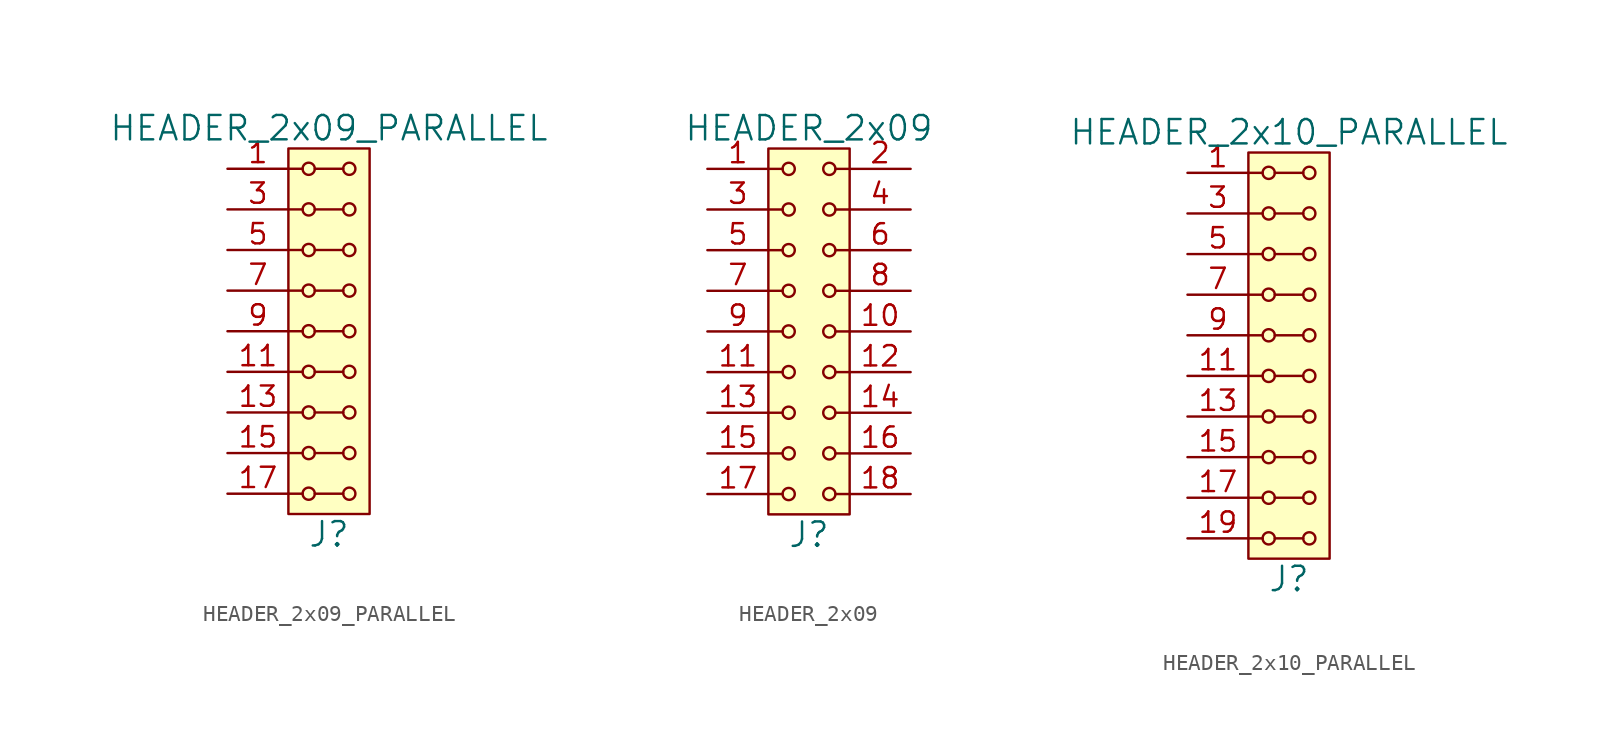
<source format=kicad_sym>
(kicad_symbol_lib
  (version 20211014)
  (generator kicad_symbol_editor)
  (symbol "HEADER_2x09_PARALLEL"
    (pin_names
      (offset 1.016))
    (property "Reference" "J"
      (at 0 -12.7 0)
      (effects (font (size 1.524 1.524))))
    (property "Value" "HEADER_2x09_PARALLEL"
      (at 0 12.7 0)
      (effects (font (size 1.524 1.524))))
    (property "Footprint" ""
      (at 0 10.16 0)
      (effects (font (size 1.524 1.524))))
    (property "Datasheet" ""
      (at 0 10.16 0)
      (effects (font (size 1.524 1.524))))
    (symbol "HEADER_2x09_PARALLEL_0_1"
      (rectangle (start -2.54 11.43) (end 2.54 -11.43) (stroke (width 0) (type default) (color 0 0 0 0)) (fill (type background)))
      (circle (center -1.27 -10.16) (radius 0.381) (stroke (width 0) (type default) (color 0 0 0 0)) (fill (type none)))
      (circle (center -1.27 -7.62) (radius 0.381) (stroke (width 0) (type default) (color 0 0 0 0)) (fill (type none)))
      (circle (center -1.27 -5.08) (radius 0.381) (stroke (width 0) (type default) (color 0 0 0 0)) (fill (type none)))
      (circle (center -1.27 -2.54) (radius 0.381) (stroke (width 0) (type default) (color 0 0 0 0)) (fill (type none)))
      (circle (center -1.27 0) (radius 0.381) (stroke (width 0) (type default) (color 0 0 0 0)) (fill (type none)))
      (circle (center -1.27 2.54) (radius 0.381) (stroke (width 0) (type default) (color 0 0 0 0)) (fill (type none)))
      (circle (center -1.27 5.08) (radius 0.381) (stroke (width 0) (type default) (color 0 0 0 0)) (fill (type none)))
      (circle (center -1.27 7.62) (radius 0.381) (stroke (width 0) (type default) (color 0 0 0 0)) (fill (type none)))
      (circle (center -1.27 10.16) (radius 0.381) (stroke (width 0) (type default) (color 0 0 0 0)) (fill (type none)))
      (polyline (pts (xy -1.651 -10.16) (xy -2.54 -10.16)) (stroke (width 0) (type default) (color 0 0 0 0)) (fill (type none)))
      (polyline (pts (xy -1.651 -7.62) (xy -2.54 -7.62)) (stroke (width 0) (type default) (color 0 0 0 0)) (fill (type none)))
      (polyline (pts (xy -1.651 -5.08) (xy -2.54 -5.08)) (stroke (width 0) (type default) (color 0 0 0 0)) (fill (type none)))
      (polyline (pts (xy -1.651 -2.54) (xy -2.54 -2.54)) (stroke (width 0) (type default) (color 0 0 0 0)) (fill (type none)))
      (polyline (pts (xy -1.651 0) (xy -2.54 0)) (stroke (width 0) (type default) (color 0 0 0 0)) (fill (type none)))
      (polyline (pts (xy -1.651 2.54) (xy -2.54 2.54)) (stroke (width 0) (type default) (color 0 0 0 0)) (fill (type none)))
      (polyline (pts (xy -1.651 5.08) (xy -2.54 5.08)) (stroke (width 0) (type default) (color 0 0 0 0)) (fill (type none)))
      (polyline (pts (xy -1.651 7.62) (xy -2.54 7.62)) (stroke (width 0) (type default) (color 0 0 0 0)) (fill (type none)))
      (polyline (pts (xy -1.651 10.16) (xy -2.54 10.16)) (stroke (width 0) (type default) (color 0 0 0 0)) (fill (type none)))
      (polyline (pts (xy -0.889 -10.16) (xy 0.889 -10.16)) (stroke (width 0) (type default) (color 0 0 0 0)) (fill (type none)))
      (polyline (pts (xy -0.889 -7.62) (xy 0.889 -7.62)) (stroke (width 0) (type default) (color 0 0 0 0)) (fill (type none)))
      (polyline (pts (xy -0.889 -5.08) (xy 0.889 -5.08)) (stroke (width 0) (type default) (color 0 0 0 0)) (fill (type none)))
      (polyline (pts (xy -0.889 -2.54) (xy 0.889 -2.54)) (stroke (width 0) (type default) (color 0 0 0 0)) (fill (type none)))
      (polyline (pts (xy -0.889 0) (xy 0.889 0)) (stroke (width 0) (type default) (color 0 0 0 0)) (fill (type none)))
      (polyline (pts (xy -0.889 2.54) (xy 0.889 2.54)) (stroke (width 0) (type default) (color 0 0 0 0)) (fill (type none)))
      (polyline (pts (xy -0.889 5.08) (xy 0.889 5.08)) (stroke (width 0) (type default) (color 0 0 0 0)) (fill (type none)))
      (polyline (pts (xy -0.889 7.62) (xy 0.889 7.62)) (stroke (width 0) (type default) (color 0 0 0 0)) (fill (type none)))
      (polyline (pts (xy -0.889 10.16) (xy 0.889 10.16)) (stroke (width 0) (type default) (color 0 0 0 0)) (fill (type none)))
      (circle (center 1.27 -10.16) (radius 0.381) (stroke (width 0) (type default) (color 0 0 0 0)) (fill (type none)))
      (circle (center 1.27 -7.62) (radius 0.381) (stroke (width 0) (type default) (color 0 0 0 0)) (fill (type none)))
      (circle (center 1.27 -5.08) (radius 0.381) (stroke (width 0) (type default) (color 0 0 0 0)) (fill (type none)))
      (circle (center 1.27 -2.54) (radius 0.381) (stroke (width 0) (type default) (color 0 0 0 0)) (fill (type none)))
      (circle (center 1.27 0) (radius 0.381) (stroke (width 0) (type default) (color 0 0 0 0)) (fill (type none)))
      (circle (center 1.27 2.54) (radius 0.381) (stroke (width 0) (type default) (color 0 0 0 0)) (fill (type none)))
      (circle (center 1.27 5.08) (radius 0.381) (stroke (width 0) (type default) (color 0 0 0 0)) (fill (type none)))
      (circle (center 1.27 7.62) (radius 0.381) (stroke (width 0) (type default) (color 0 0 0 0)) (fill (type none)))
      (circle (center 1.27 10.16) (radius 0.381) (stroke (width 0) (type default) (color 0 0 0 0)) (fill (type none))))
    (symbol "HEADER_2x09_PARALLEL_1_1"
      (pin input line (at -6.35 10.16 0) (length 3.81) (name "~" (effects (font (size 1.27 1.27)))) (number "1" (effects (font (size 1.27 1.27)))))
      (pin input line (at -6.35 0 0) (length 3.81) hide (name "~" (effects (font (size 1.27 1.27)))) (number "10" (effects (font (size 1.27 1.27)))))
      (pin input line (at -6.35 -2.54 0) (length 3.81) (name "~" (effects (font (size 1.27 1.27)))) (number "11" (effects (font (size 1.27 1.27)))))
      (pin input line (at -6.35 -2.54 0) (length 3.81) hide (name "~" (effects (font (size 1.27 1.27)))) (number "12" (effects (font (size 1.27 1.27)))))
      (pin input line (at -6.35 -5.08 0) (length 3.81) (name "~" (effects (font (size 1.27 1.27)))) (number "13" (effects (font (size 1.27 1.27)))))
      (pin input line (at -6.35 -5.08 0) (length 3.81) hide (name "~" (effects (font (size 1.27 1.27)))) (number "14" (effects (font (size 1.27 1.27)))))
      (pin input line (at -6.35 -7.62 0) (length 3.81) (name "~" (effects (font (size 1.27 1.27)))) (number "15" (effects (font (size 1.27 1.27)))))
      (pin input line (at -6.35 -7.62 0) (length 3.81) hide (name "~" (effects (font (size 1.27 1.27)))) (number "16" (effects (font (size 1.27 1.27)))))
      (pin input line (at -6.35 -10.16 0) (length 3.81) (name "~" (effects (font (size 1.27 1.27)))) (number "17" (effects (font (size 1.27 1.27)))))
      (pin input line (at -6.35 -10.16 0) (length 3.81) hide (name "~" (effects (font (size 1.27 1.27)))) (number "18" (effects (font (size 1.27 1.27)))))
      (pin input line (at -6.35 10.16 0) (length 3.81) hide (name "~" (effects (font (size 1.27 1.27)))) (number "2" (effects (font (size 1.27 1.27)))))
      (pin input line (at -6.35 7.62 0) (length 3.81) (name "~" (effects (font (size 1.27 1.27)))) (number "3" (effects (font (size 1.27 1.27)))))
      (pin input line (at -6.35 7.62 0) (length 3.81) hide (name "~" (effects (font (size 1.27 1.27)))) (number "4" (effects (font (size 1.27 1.27)))))
      (pin input line (at -6.35 5.08 0) (length 3.81) (name "~" (effects (font (size 1.27 1.27)))) (number "5" (effects (font (size 1.27 1.27)))))
      (pin input line (at -6.35 5.08 0) (length 3.81) hide (name "~" (effects (font (size 1.27 1.27)))) (number "6" (effects (font (size 1.27 1.27)))))
      (pin input line (at -6.35 2.54 0) (length 3.81) (name "~" (effects (font (size 1.27 1.27)))) (number "7" (effects (font (size 1.27 1.27)))))
      (pin input line (at -6.35 2.54 0) (length 3.81) hide (name "~" (effects (font (size 1.27 1.27)))) (number "8" (effects (font (size 1.27 1.27)))))
      (pin input line (at -6.35 0 0) (length 3.81) (name "~" (effects (font (size 1.27 1.27)))) (number "9" (effects (font (size 1.27 1.27)))))))
  (symbol "HEADER_2x09"
    (pin_names
      (offset 1.016))
    (property "Reference" "J"
      (at 0 -12.7 0)
      (effects (font (size 1.524 1.524))))
    (property "Value" "HEADER_2x09"
      (at 0 12.7 0)
      (effects (font (size 1.524 1.524))))
    (property "Footprint" ""
      (at 0 10.16 0)
      (effects (font (size 1.524 1.524))))
    (property "Datasheet" ""
      (at 0 10.16 0)
      (effects (font (size 1.524 1.524))))
    (symbol "HEADER_2x09_0_1"
      (rectangle (start -2.54 11.43) (end 2.54 -11.43) (stroke (width 0) (type default) (color 0 0 0 0)) (fill (type background)))
      (circle (center -1.27 -10.16) (radius 0.381) (stroke (width 0) (type default) (color 0 0 0 0)) (fill (type none)))
      (circle (center -1.27 -7.62) (radius 0.381) (stroke (width 0) (type default) (color 0 0 0 0)) (fill (type none)))
      (circle (center -1.27 -5.08) (radius 0.381) (stroke (width 0) (type default) (color 0 0 0 0)) (fill (type none)))
      (circle (center -1.27 -2.54) (radius 0.381) (stroke (width 0) (type default) (color 0 0 0 0)) (fill (type none)))
      (circle (center -1.27 0) (radius 0.381) (stroke (width 0) (type default) (color 0 0 0 0)) (fill (type none)))
      (circle (center -1.27 2.54) (radius 0.381) (stroke (width 0) (type default) (color 0 0 0 0)) (fill (type none)))
      (circle (center -1.27 5.08) (radius 0.381) (stroke (width 0) (type default) (color 0 0 0 0)) (fill (type none)))
      (circle (center -1.27 7.62) (radius 0.381) (stroke (width 0) (type default) (color 0 0 0 0)) (fill (type none)))
      (circle (center -1.27 10.16) (radius 0.381) (stroke (width 0) (type default) (color 0 0 0 0)) (fill (type none)))
      (polyline (pts (xy -1.651 -10.16) (xy -2.54 -10.16)) (stroke (width 0) (type default) (color 0 0 0 0)) (fill (type none)))
      (polyline (pts (xy -1.651 -7.62) (xy -2.54 -7.62)) (stroke (width 0) (type default) (color 0 0 0 0)) (fill (type none)))
      (polyline (pts (xy -1.651 -5.08) (xy -2.54 -5.08)) (stroke (width 0) (type default) (color 0 0 0 0)) (fill (type none)))
      (polyline (pts (xy -1.651 -2.54) (xy -2.54 -2.54)) (stroke (width 0) (type default) (color 0 0 0 0)) (fill (type none)))
      (polyline (pts (xy -1.651 0) (xy -2.54 0)) (stroke (width 0) (type default) (color 0 0 0 0)) (fill (type none)))
      (polyline (pts (xy -1.651 2.54) (xy -2.54 2.54)) (stroke (width 0) (type default) (color 0 0 0 0)) (fill (type none)))
      (polyline (pts (xy -1.651 5.08) (xy -2.54 5.08)) (stroke (width 0) (type default) (color 0 0 0 0)) (fill (type none)))
      (polyline (pts (xy -1.651 7.62) (xy -2.54 7.62)) (stroke (width 0) (type default) (color 0 0 0 0)) (fill (type none)))
      (polyline (pts (xy -1.651 10.16) (xy -2.54 10.16)) (stroke (width 0) (type default) (color 0 0 0 0)) (fill (type none)))
      (polyline (pts (xy 1.651 -10.16) (xy 2.54 -10.16)) (stroke (width 0) (type default) (color 0 0 0 0)) (fill (type none)))
      (polyline (pts (xy 1.651 -7.62) (xy 2.54 -7.62)) (stroke (width 0) (type default) (color 0 0 0 0)) (fill (type none)))
      (polyline (pts (xy 1.651 -5.08) (xy 2.54 -5.08)) (stroke (width 0) (type default) (color 0 0 0 0)) (fill (type none)))
      (polyline (pts (xy 1.651 -2.54) (xy 2.54 -2.54)) (stroke (width 0) (type default) (color 0 0 0 0)) (fill (type none)))
      (polyline (pts (xy 1.651 0) (xy 2.54 0)) (stroke (width 0) (type default) (color 0 0 0 0)) (fill (type none)))
      (polyline (pts (xy 1.651 2.54) (xy 2.54 2.54)) (stroke (width 0) (type default) (color 0 0 0 0)) (fill (type none)))
      (polyline (pts (xy 1.651 5.08) (xy 2.54 5.08)) (stroke (width 0) (type default) (color 0 0 0 0)) (fill (type none)))
      (polyline (pts (xy 1.651 7.62) (xy 2.54 7.62)) (stroke (width 0) (type default) (color 0 0 0 0)) (fill (type none)))
      (polyline (pts (xy 1.651 10.16) (xy 2.54 10.16)) (stroke (width 0) (type default) (color 0 0 0 0)) (fill (type none)))
      (circle (center 1.27 -10.16) (radius 0.381) (stroke (width 0) (type default) (color 0 0 0 0)) (fill (type none)))
      (circle (center 1.27 -7.62) (radius 0.381) (stroke (width 0) (type default) (color 0 0 0 0)) (fill (type none)))
      (circle (center 1.27 -5.08) (radius 0.381) (stroke (width 0) (type default) (color 0 0 0 0)) (fill (type none)))
      (circle (center 1.27 -2.54) (radius 0.381) (stroke (width 0) (type default) (color 0 0 0 0)) (fill (type none)))
      (circle (center 1.27 0) (radius 0.381) (stroke (width 0) (type default) (color 0 0 0 0)) (fill (type none)))
      (circle (center 1.27 2.54) (radius 0.381) (stroke (width 0) (type default) (color 0 0 0 0)) (fill (type none)))
      (circle (center 1.27 5.08) (radius 0.381) (stroke (width 0) (type default) (color 0 0 0 0)) (fill (type none)))
      (circle (center 1.27 7.62) (radius 0.381) (stroke (width 0) (type default) (color 0 0 0 0)) (fill (type none)))
      (circle (center 1.27 10.16) (radius 0.381) (stroke (width 0) (type default) (color 0 0 0 0)) (fill (type none))))
    (symbol "HEADER_2x09_1_1"
      (pin input line (at -6.35 10.16 0) (length 3.81) (name "~" (effects (font (size 1.27 1.27)))) (number "1" (effects (font (size 1.27 1.27)))))
      (pin input line (at 6.35 0 180) (length 3.81) (name "~" (effects (font (size 1.27 1.27)))) (number "10" (effects (font (size 1.27 1.27)))))
      (pin input line (at -6.35 -2.54 0) (length 3.81) (name "~" (effects (font (size 1.27 1.27)))) (number "11" (effects (font (size 1.27 1.27)))))
      (pin input line (at 6.35 -2.54 180) (length 3.81) (name "~" (effects (font (size 1.27 1.27)))) (number "12" (effects (font (size 1.27 1.27)))))
      (pin input line (at -6.35 -5.08 0) (length 3.81) (name "~" (effects (font (size 1.27 1.27)))) (number "13" (effects (font (size 1.27 1.27)))))
      (pin input line (at 6.35 -5.08 180) (length 3.81) (name "~" (effects (font (size 1.27 1.27)))) (number "14" (effects (font (size 1.27 1.27)))))
      (pin input line (at -6.35 -7.62 0) (length 3.81) (name "~" (effects (font (size 1.27 1.27)))) (number "15" (effects (font (size 1.27 1.27)))))
      (pin input line (at 6.35 -7.62 180) (length 3.81) (name "~" (effects (font (size 1.27 1.27)))) (number "16" (effects (font (size 1.27 1.27)))))
      (pin input line (at -6.35 -10.16 0) (length 3.81) (name "~" (effects (font (size 1.27 1.27)))) (number "17" (effects (font (size 1.27 1.27)))))
      (pin input line (at 6.35 -10.16 180) (length 3.81) (name "~" (effects (font (size 1.27 1.27)))) (number "18" (effects (font (size 1.27 1.27)))))
      (pin input line (at 6.35 10.16 180) (length 3.81) (name "~" (effects (font (size 1.27 1.27)))) (number "2" (effects (font (size 1.27 1.27)))))
      (pin input line (at -6.35 7.62 0) (length 3.81) (name "~" (effects (font (size 1.27 1.27)))) (number "3" (effects (font (size 1.27 1.27)))))
      (pin input line (at 6.35 7.62 180) (length 3.81) (name "~" (effects (font (size 1.27 1.27)))) (number "4" (effects (font (size 1.27 1.27)))))
      (pin input line (at -6.35 5.08 0) (length 3.81) (name "~" (effects (font (size 1.27 1.27)))) (number "5" (effects (font (size 1.27 1.27)))))
      (pin input line (at 6.35 5.08 180) (length 3.81) (name "~" (effects (font (size 1.27 1.27)))) (number "6" (effects (font (size 1.27 1.27)))))
      (pin input line (at -6.35 2.54 0) (length 3.81) (name "~" (effects (font (size 1.27 1.27)))) (number "7" (effects (font (size 1.27 1.27)))))
      (pin input line (at 6.35 2.54 180) (length 3.81) (name "~" (effects (font (size 1.27 1.27)))) (number "8" (effects (font (size 1.27 1.27)))))
      (pin input line (at -6.35 0 0) (length 3.81) (name "~" (effects (font (size 1.27 1.27)))) (number "9" (effects (font (size 1.27 1.27)))))))
  (symbol "HEADER_2x10_PARALLEL"
    (pin_names
      (offset 1.016))
    (property "Reference" "J"
      (at 0 -13.97 0)
      (effects (font (size 1.524 1.524))))
    (property "Value" "HEADER_2x10_PARALLEL"
      (at 0 13.97 0)
      (effects (font (size 1.524 1.524))))
    (property "Footprint" ""
      (at 0 11.43 0)
      (effects (font (size 1.524 1.524))))
    (property "Datasheet" ""
      (at 0 11.43 0)
      (effects (font (size 1.524 1.524))))
    (symbol "HEADER_2x10_PARALLEL_0_1"
      (rectangle (start -2.54 12.7) (end 2.54 -12.7) (stroke (width 0) (type default) (color 0 0 0 0)) (fill (type background)))
      (circle (center -1.27 -11.43) (radius 0.381) (stroke (width 0) (type default) (color 0 0 0 0)) (fill (type none)))
      (circle (center -1.27 -8.89) (radius 0.381) (stroke (width 0) (type default) (color 0 0 0 0)) (fill (type none)))
      (circle (center -1.27 -6.35) (radius 0.381) (stroke (width 0) (type default) (color 0 0 0 0)) (fill (type none)))
      (circle (center -1.27 -3.81) (radius 0.381) (stroke (width 0) (type default) (color 0 0 0 0)) (fill (type none)))
      (circle (center -1.27 -1.27) (radius 0.381) (stroke (width 0) (type default) (color 0 0 0 0)) (fill (type none)))
      (circle (center -1.27 1.27) (radius 0.381) (stroke (width 0) (type default) (color 0 0 0 0)) (fill (type none)))
      (circle (center -1.27 3.81) (radius 0.381) (stroke (width 0) (type default) (color 0 0 0 0)) (fill (type none)))
      (circle (center -1.27 6.35) (radius 0.381) (stroke (width 0) (type default) (color 0 0 0 0)) (fill (type none)))
      (circle (center -1.27 8.89) (radius 0.381) (stroke (width 0) (type default) (color 0 0 0 0)) (fill (type none)))
      (circle (center -1.27 11.43) (radius 0.381) (stroke (width 0) (type default) (color 0 0 0 0)) (fill (type none)))
      (polyline (pts (xy -1.651 -11.43) (xy -2.54 -11.43)) (stroke (width 0) (type default) (color 0 0 0 0)) (fill (type none)))
      (polyline (pts (xy -1.651 -8.89) (xy -2.54 -8.89)) (stroke (width 0) (type default) (color 0 0 0 0)) (fill (type none)))
      (polyline (pts (xy -1.651 -6.35) (xy -2.54 -6.35)) (stroke (width 0) (type default) (color 0 0 0 0)) (fill (type none)))
      (polyline (pts (xy -1.651 -3.81) (xy -2.54 -3.81)) (stroke (width 0) (type default) (color 0 0 0 0)) (fill (type none)))
      (polyline (pts (xy -1.651 -1.27) (xy -2.54 -1.27)) (stroke (width 0) (type default) (color 0 0 0 0)) (fill (type none)))
      (polyline (pts (xy -1.651 1.27) (xy -2.54 1.27)) (stroke (width 0) (type default) (color 0 0 0 0)) (fill (type none)))
      (polyline (pts (xy -1.651 3.81) (xy -2.54 3.81)) (stroke (width 0) (type default) (color 0 0 0 0)) (fill (type none)))
      (polyline (pts (xy -1.651 6.35) (xy -2.54 6.35)) (stroke (width 0) (type default) (color 0 0 0 0)) (fill (type none)))
      (polyline (pts (xy -1.651 8.89) (xy -2.54 8.89)) (stroke (width 0) (type default) (color 0 0 0 0)) (fill (type none)))
      (polyline (pts (xy -1.651 11.43) (xy -2.54 11.43)) (stroke (width 0) (type default) (color 0 0 0 0)) (fill (type none)))
      (polyline (pts (xy -0.889 -11.43) (xy 0.889 -11.43)) (stroke (width 0) (type default) (color 0 0 0 0)) (fill (type none)))
      (polyline (pts (xy -0.889 -8.89) (xy 0.889 -8.89)) (stroke (width 0) (type default) (color 0 0 0 0)) (fill (type none)))
      (polyline (pts (xy -0.889 -6.35) (xy 0.889 -6.35)) (stroke (width 0) (type default) (color 0 0 0 0)) (fill (type none)))
      (polyline (pts (xy -0.889 -3.81) (xy 0.889 -3.81)) (stroke (width 0) (type default) (color 0 0 0 0)) (fill (type none)))
      (polyline (pts (xy -0.889 -1.27) (xy 0.889 -1.27)) (stroke (width 0) (type default) (color 0 0 0 0)) (fill (type none)))
      (polyline (pts (xy -0.889 1.27) (xy 0.889 1.27)) (stroke (width 0) (type default) (color 0 0 0 0)) (fill (type none)))
      (polyline (pts (xy -0.889 3.81) (xy 0.889 3.81)) (stroke (width 0) (type default) (color 0 0 0 0)) (fill (type none)))
      (polyline (pts (xy -0.889 6.35) (xy 0.889 6.35)) (stroke (width 0) (type default) (color 0 0 0 0)) (fill (type none)))
      (polyline (pts (xy -0.889 8.89) (xy 0.889 8.89)) (stroke (width 0) (type default) (color 0 0 0 0)) (fill (type none)))
      (polyline (pts (xy -0.889 11.43) (xy 0.889 11.43)) (stroke (width 0) (type default) (color 0 0 0 0)) (fill (type none)))
      (circle (center 1.27 -11.43) (radius 0.381) (stroke (width 0) (type default) (color 0 0 0 0)) (fill (type none)))
      (circle (center 1.27 -8.89) (radius 0.381) (stroke (width 0) (type default) (color 0 0 0 0)) (fill (type none)))
      (circle (center 1.27 -6.35) (radius 0.381) (stroke (width 0) (type default) (color 0 0 0 0)) (fill (type none)))
      (circle (center 1.27 -3.81) (radius 0.381) (stroke (width 0) (type default) (color 0 0 0 0)) (fill (type none)))
      (circle (center 1.27 -1.27) (radius 0.381) (stroke (width 0) (type default) (color 0 0 0 0)) (fill (type none)))
      (circle (center 1.27 1.27) (radius 0.381) (stroke (width 0) (type default) (color 0 0 0 0)) (fill (type none)))
      (circle (center 1.27 3.81) (radius 0.381) (stroke (width 0) (type default) (color 0 0 0 0)) (fill (type none)))
      (circle (center 1.27 6.35) (radius 0.381) (stroke (width 0) (type default) (color 0 0 0 0)) (fill (type none)))
      (circle (center 1.27 8.89) (radius 0.381) (stroke (width 0) (type default) (color 0 0 0 0)) (fill (type none)))
      (circle (center 1.27 11.43) (radius 0.381) (stroke (width 0) (type default) (color 0 0 0 0)) (fill (type none))))
    (symbol "HEADER_2x10_PARALLEL_1_1"
      (pin input line (at -6.35 11.43 0) (length 3.81) (name "~" (effects (font (size 1.27 1.27)))) (number "1" (effects (font (size 1.27 1.27)))))
      (pin input line (at -6.35 1.27 0) (length 3.81) hide (name "~" (effects (font (size 1.27 1.27)))) (number "10" (effects (font (size 1.27 1.27)))))
      (pin input line (at -6.35 -1.27 0) (length 3.81) (name "~" (effects (font (size 1.27 1.27)))) (number "11" (effects (font (size 1.27 1.27)))))
      (pin input line (at -6.35 -1.27 0) (length 3.81) hide (name "~" (effects (font (size 1.27 1.27)))) (number "12" (effects (font (size 1.27 1.27)))))
      (pin input line (at -6.35 -3.81 0) (length 3.81) (name "~" (effects (font (size 1.27 1.27)))) (number "13" (effects (font (size 1.27 1.27)))))
      (pin input line (at -6.35 -3.81 0) (length 3.81) hide (name "~" (effects (font (size 1.27 1.27)))) (number "14" (effects (font (size 1.27 1.27)))))
      (pin input line (at -6.35 -6.35 0) (length 3.81) (name "~" (effects (font (size 1.27 1.27)))) (number "15" (effects (font (size 1.27 1.27)))))
      (pin input line (at -6.35 -6.35 0) (length 3.81) hide (name "~" (effects (font (size 1.27 1.27)))) (number "16" (effects (font (size 1.27 1.27)))))
      (pin input line (at -6.35 -8.89 0) (length 3.81) (name "~" (effects (font (size 1.27 1.27)))) (number "17" (effects (font (size 1.27 1.27)))))
      (pin input line (at -6.35 -8.89 0) (length 3.81) hide (name "~" (effects (font (size 1.27 1.27)))) (number "18" (effects (font (size 1.27 1.27)))))
      (pin input line (at -6.35 -11.43 0) (length 3.81) (name "~" (effects (font (size 1.27 1.27)))) (number "19" (effects (font (size 1.27 1.27)))))
      (pin input line (at -6.35 11.43 0) (length 3.81) hide (name "~" (effects (font (size 1.27 1.27)))) (number "2" (effects (font (size 1.27 1.27)))))
      (pin input line (at -6.35 -11.43 0) (length 3.81) hide (name "~" (effects (font (size 1.27 1.27)))) (number "20" (effects (font (size 1.27 1.27)))))
      (pin input line (at -6.35 8.89 0) (length 3.81) (name "~" (effects (font (size 1.27 1.27)))) (number "3" (effects (font (size 1.27 1.27)))))
      (pin input line (at -6.35 8.89 0) (length 3.81) hide (name "~" (effects (font (size 1.27 1.27)))) (number "4" (effects (font (size 1.27 1.27)))))
      (pin input line (at -6.35 6.35 0) (length 3.81) (name "~" (effects (font (size 1.27 1.27)))) (number "5" (effects (font (size 1.27 1.27)))))
      (pin input line (at -6.35 6.35 0) (length 3.81) hide (name "~" (effects (font (size 1.27 1.27)))) (number "6" (effects (font (size 1.27 1.27)))))
      (pin input line (at -6.35 3.81 0) (length 3.81) (name "~" (effects (font (size 1.27 1.27)))) (number "7" (effects (font (size 1.27 1.27)))))
      (pin input line (at -6.35 3.81 0) (length 3.81) hide (name "~" (effects (font (size 1.27 1.27)))) (number "8" (effects (font (size 1.27 1.27)))))
      (pin input line (at -6.35 1.27 0) (length 3.81) (name "~" (effects (font (size 1.27 1.27)))) (number "9" (effects (font (size 1.27 1.27))))))))
</source>
